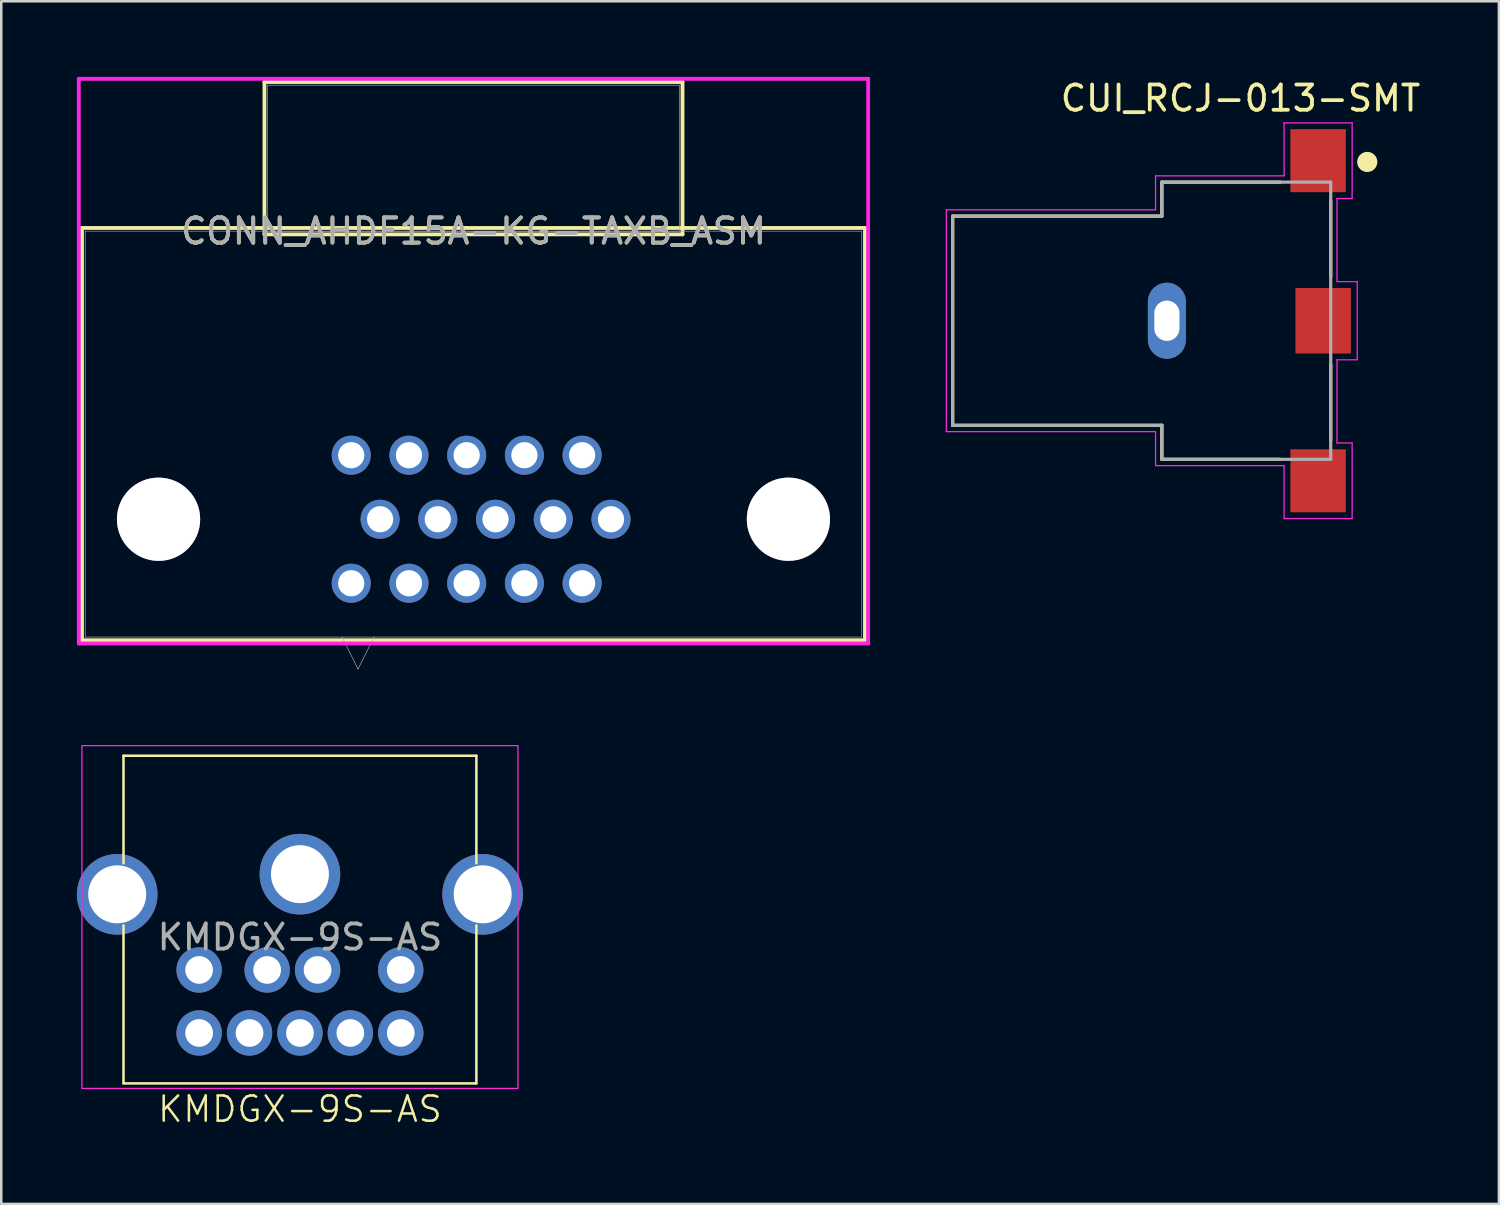
<source format=kicad_pcb>
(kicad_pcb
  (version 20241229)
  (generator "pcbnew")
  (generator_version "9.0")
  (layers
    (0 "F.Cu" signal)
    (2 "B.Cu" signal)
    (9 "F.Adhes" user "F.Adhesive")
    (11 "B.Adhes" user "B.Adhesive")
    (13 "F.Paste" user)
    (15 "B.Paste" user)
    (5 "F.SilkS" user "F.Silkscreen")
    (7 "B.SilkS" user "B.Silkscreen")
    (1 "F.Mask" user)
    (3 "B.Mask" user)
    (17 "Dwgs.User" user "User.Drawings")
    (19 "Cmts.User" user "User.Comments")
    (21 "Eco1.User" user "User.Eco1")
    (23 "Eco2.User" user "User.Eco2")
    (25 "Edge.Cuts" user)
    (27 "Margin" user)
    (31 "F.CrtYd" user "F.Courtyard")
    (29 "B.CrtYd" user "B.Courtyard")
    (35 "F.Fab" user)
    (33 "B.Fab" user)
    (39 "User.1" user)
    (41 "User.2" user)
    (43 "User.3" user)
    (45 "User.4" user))
  (footprint "KMDGX-9S-AS"
    (layer "F.Cu")
    (at 8.85 31.633)
    (property "Reference" "KMDGX-9S-AS" (at 0 9.322 0) (unlocked yes) (layer "F.SilkS") (effects (font (size 1 1) (thickness 0.1))))
    (attr through_hole)
    (fp_line (start -7 -4.7) (end -7 -0.432) (stroke (width 0.1) (type solid)) (layer "F.SilkS"))
    (fp_line (start -7 -4.7) (end 7 -4.7) (stroke (width 0.1) (type solid)) (layer "F.SilkS"))
    (fp_line (start -7 2.032) (end -7 8.3) (stroke (width 0.1) (type solid)) (layer "F.SilkS"))
    (fp_line (start -7 8.3) (end 7 8.3) (stroke (width 0.1) (type solid)) (layer "F.SilkS"))
    (fp_line (start 7 -4.7) (end 7 -0.432) (stroke (width 0.1) (type solid)) (layer "F.SilkS"))
    (fp_line (start 7 2.032) (end 7 8.3) (stroke (width 0.1) (type solid)) (layer "F.SilkS"))
    (fp_rect (start -8.65 -5.1) (end 8.65 8.5) (stroke (width 0.05) (type solid)) (fill no) (layer "F.CrtYd"))
    (fp_text user "${REFERENCE}" (at 0 2.5 0) (unlocked yes) (layer "F.Fab") (effects (font (size 1 1) (thickness 0.15))))
    (pad "0" thru_hole circle (at -7.25 0.8) (size 3.2 3.2) (drill 2.3) (layers "*.Cu" "*.Mask"))
    (pad "0" thru_hole circle (at 0 0) (size 3.2 3.2) (drill 2.3) (layers "*.Cu" "*.Mask"))
    (pad "0" thru_hole circle (at 7.25 0.8) (size 3.2 3.2) (drill 2.3) (layers "*.Cu" "*.Mask"))
    (pad "1" thru_hole circle (at -1.3 3.8) (size 1.8 1.8) (drill 1.1) (layers "*.Cu" "*.Mask"))
    (pad "2" thru_hole circle (at 0.7 3.8) (size 1.8 1.8) (drill 1.1) (layers "*.Cu" "*.Mask"))
    (pad "3" thru_hole circle (at -4 3.8) (size 1.8 1.8) (drill 1.1) (layers "*.Cu" "*.Mask"))
    (pad "4" thru_hole circle (at -2 6.3) (size 1.8 1.8) (drill 1.1) (layers "*.Cu" "*.Mask"))
    (pad "5" thru_hole circle (at 0 6.3) (size 1.8 1.8) (drill 1.1) (layers "*.Cu" "*.Mask"))
    (pad "6" thru_hole circle (at 4 3.8) (size 1.8 1.8) (drill 1.1) (layers "*.Cu" "*.Mask"))
    (pad "7" thru_hole circle (at -4 6.3) (size 1.8 1.8) (drill 1.1) (layers "*.Cu" "*.Mask"))
    (pad "8" thru_hole circle (at 2 6.3) (size 1.8 1.8) (drill 1.1) (layers "*.Cu" "*.Mask"))
    (pad "9" thru_hole circle (at 4 6.3) (size 1.8 1.8) (drill 1.1) (layers "*.Cu" "*.Mask")))
  (footprint "CUI_RCJ-013-SMT"
    (layer "F.Cu")
    (at 42.246 9.675)
    (property "Reference" "CUI_RCJ-013-SMT" (at 3.92 -8.826 0) (layer "F.SilkS") (effects (font (size 1.001 1.001) (thickness 0.15))))
    (attr smd)
    (fp_line (start -7.5 -4.15) (end -7.5 4.15) (stroke (width 0.127) (type solid)) (layer "F.SilkS"))
    (fp_line (start -7.5 4.15) (end 0.8 4.15) (stroke (width 0.127) (type solid)) (layer "F.SilkS"))
    (fp_line (start 0.8 -5.5) (end 0.8 -4.15) (stroke (width 0.127) (type solid)) (layer "F.SilkS"))
    (fp_line (start 0.8 -4.15) (end -7.5 -4.15) (stroke (width 0.127) (type solid)) (layer "F.SilkS"))
    (fp_line (start 0.8 4.15) (end 0.8 5.5) (stroke (width 0.127) (type solid)) (layer "F.SilkS"))
    (fp_line (start 0.8 5.5) (end 5.5 5.5) (stroke (width 0.127) (type solid)) (layer "F.SilkS"))
    (fp_line (start 5.5 -5.5) (end 0.8 -5.5) (stroke (width 0.127) (type solid)) (layer "F.SilkS"))
    (fp_line (start 7.5 -1.75) (end 7.5 -4.75) (stroke (width 0.127) (type solid)) (layer "F.SilkS"))
    (fp_line (start 7.5 4.75) (end 7.5 1.75) (stroke (width 0.127) (type solid)) (layer "F.SilkS"))
    (fp_circle (center 8.95 -6.3) (end 9.15 -6.3) (stroke (width 0.4) (type solid)) (fill no) (layer "F.SilkS"))
    (fp_line (start -7.75 -4.4) (end -7.75 4.4) (stroke (width 0.05) (type solid)) (layer "F.CrtYd"))
    (fp_line (start -7.75 4.4) (end 0.55 4.4) (stroke (width 0.05) (type solid)) (layer "F.CrtYd"))
    (fp_line (start 0.55 -5.75) (end 0.55 -4.4) (stroke (width 0.05) (type solid)) (layer "F.CrtYd"))
    (fp_line (start 0.55 -4.4) (end -7.75 -4.4) (stroke (width 0.05) (type solid)) (layer "F.CrtYd"))
    (fp_line (start 0.55 4.4) (end 0.55 5.75) (stroke (width 0.05) (type solid)) (layer "F.CrtYd"))
    (fp_line (start 0.55 5.75) (end 5.65 5.75) (stroke (width 0.05) (type solid)) (layer "F.CrtYd"))
    (fp_line (start 5.65 -7.85) (end 8.35 -7.85) (stroke (width 0.05) (type solid)) (layer "F.CrtYd"))
    (fp_line (start 5.65 -5.75) (end 0.55 -5.75) (stroke (width 0.05) (type solid)) (layer "F.CrtYd"))
    (fp_line (start 5.65 -5.75) (end 5.65 -7.85) (stroke (width 0.05) (type solid)) (layer "F.CrtYd"))
    (fp_line (start 5.65 7.85) (end 5.65 5.75) (stroke (width 0.05) (type solid)) (layer "F.CrtYd"))
    (fp_line (start 7.75 -1.55) (end 7.75 -4.85) (stroke (width 0.05) (type solid)) (layer "F.CrtYd"))
    (fp_line (start 7.75 -1.55) (end 8.55 -1.55) (stroke (width 0.05) (type solid)) (layer "F.CrtYd"))
    (fp_line (start 7.75 4.85) (end 7.75 1.55) (stroke (width 0.05) (type solid)) (layer "F.CrtYd"))
    (fp_line (start 7.75 4.85) (end 8.35 4.85) (stroke (width 0.05) (type solid)) (layer "F.CrtYd"))
    (fp_line (start 8.35 -7.85) (end 8.35 -4.85) (stroke (width 0.05) (type solid)) (layer "F.CrtYd"))
    (fp_line (start 8.35 -4.85) (end 7.75 -4.85) (stroke (width 0.05) (type solid)) (layer "F.CrtYd"))
    (fp_line (start 8.35 4.85) (end 8.35 7.85) (stroke (width 0.05) (type solid)) (layer "F.CrtYd"))
    (fp_line (start 8.35 7.85) (end 5.65 7.85) (stroke (width 0.05) (type solid)) (layer "F.CrtYd"))
    (fp_line (start 8.55 -1.55) (end 8.55 1.55) (stroke (width 0.05) (type solid)) (layer "F.CrtYd"))
    (fp_line (start 8.55 1.55) (end 7.75 1.55) (stroke (width 0.05) (type solid)) (layer "F.CrtYd"))
    (fp_line (start -7.5 -4.15) (end -7.5 4.15) (stroke (width 0.127) (type solid)) (layer "F.Fab"))
    (fp_line (start -7.5 4.15) (end 0.8 4.15) (stroke (width 0.127) (type solid)) (layer "F.Fab"))
    (fp_line (start 0.8 -5.5) (end 0.8 -4.15) (stroke (width 0.127) (type solid)) (layer "F.Fab"))
    (fp_line (start 0.8 -4.15) (end -7.5 -4.15) (stroke (width 0.127) (type solid)) (layer "F.Fab"))
    (fp_line (start 0.8 4.15) (end 0.8 5.5) (stroke (width 0.127) (type solid)) (layer "F.Fab"))
    (fp_line (start 0.8 5.5) (end 7.5 5.5) (stroke (width 0.127) (type solid)) (layer "F.Fab"))
    (fp_line (start 7.5 -5.5) (end 0.8 -5.5) (stroke (width 0.127) (type solid)) (layer "F.Fab"))
    (fp_line (start 7.5 5.5) (end 7.5 -5.5) (stroke (width 0.127) (type solid)) (layer "F.Fab"))
    (pad "1" smd rect (at 7.2 0) (size 2.2 2.6) (layers "F.Cu" "F.Mask" "F.Paste"))
    (pad "2" thru_hole oval (at 1 0) (size 1.508 3.016) (drill oval 1 1.6) (layers "*.Cu" "*.Mask"))
    (pad "2" smd rect (at 7 -6.35) (size 2.2 2.5) (layers "F.Cu" "F.Mask" "F.Paste"))
    (pad "2" smd rect (at 7 6.35) (size 2.2 2.5) (layers "F.Cu" "F.Mask" "F.Paste")))
  (footprint "CONN_AHDF15A-KG-TAXB_ASM"
    (layer "F.Cu")
    (at 15.735 6.121)
    (property "Reference" "CONN_AHDF15A-KG-TAXB_ASM" (at 0 0 0) (unlocked yes) (layer "F.SilkS") (effects (font (size 1 1) (thickness 0.15))))
    (attr through_hole)
    (fp_line (start -15.532 -0.127) (end -15.532 16.231) (stroke (width 0.152) (type solid)) (layer "F.SilkS"))
    (fp_line (start -15.532 16.231) (end 15.532 16.231) (stroke (width 0.152) (type solid)) (layer "F.SilkS"))
    (fp_line (start -8.293 -5.918) (end -8.293 0.127) (stroke (width 0.152) (type solid)) (layer "F.SilkS"))
    (fp_line (start -8.293 0.127) (end 8.293 0.127) (stroke (width 0.152) (type solid)) (layer "F.SilkS"))
    (fp_line (start 8.293 -5.918) (end -8.293 -5.918) (stroke (width 0.152) (type solid)) (layer "F.SilkS"))
    (fp_line (start 8.293 0.127) (end 8.293 -5.918) (stroke (width 0.152) (type solid)) (layer "F.SilkS"))
    (fp_line (start 15.532 -0.127) (end -15.532 -0.127) (stroke (width 0.152) (type solid)) (layer "F.SilkS"))
    (fp_line (start 15.532 16.231) (end 15.532 -0.127) (stroke (width 0.152) (type solid)) (layer "F.SilkS"))
    (fp_line (start -15.659 -6.045) (end -15.659 16.358) (stroke (width 0.152) (type solid)) (layer "F.CrtYd"))
    (fp_line (start -15.659 16.358) (end 15.659 16.358) (stroke (width 0.152) (type solid)) (layer "F.CrtYd"))
    (fp_line (start 15.659 -6.045) (end -15.659 -6.045) (stroke (width 0.152) (type solid)) (layer "F.CrtYd"))
    (fp_line (start 15.659 16.358) (end 15.659 -6.045) (stroke (width 0.152) (type solid)) (layer "F.CrtYd"))
    (fp_line (start -15.405 0) (end -15.405 16.104) (stroke (width 0.025) (type solid)) (layer "F.Fab"))
    (fp_line (start -15.405 16.104) (end 15.405 16.104) (stroke (width 0.025) (type solid)) (layer "F.Fab"))
    (fp_line (start -8.166 -5.791) (end -8.166 0) (stroke (width 0.025) (type solid)) (layer "F.Fab"))
    (fp_line (start -8.166 0) (end 8.166 0) (stroke (width 0.025) (type solid)) (layer "F.Fab"))
    (fp_line (start -5.215 16.104) (end -4.58 17.374) (stroke (width 0.025) (type solid)) (layer "F.Fab"))
    (fp_line (start -3.945 16.104) (end -4.58 17.374) (stroke (width 0.025) (type solid)) (layer "F.Fab"))
    (fp_line (start 8.166 -5.791) (end -8.166 -5.791) (stroke (width 0.025) (type solid)) (layer "F.Fab"))
    (fp_line (start 8.166 0) (end 8.166 -5.791) (stroke (width 0.025) (type solid)) (layer "F.Fab"))
    (fp_line (start 15.405 0) (end -15.405 0) (stroke (width 0.025) (type solid)) (layer "F.Fab"))
    (fp_line (start 15.405 16.104) (end 15.405 0) (stroke (width 0.025) (type solid)) (layer "F.Fab"))
    (fp_text user "${REFERENCE}" (at 0 0 0) (unlocked yes) (layer "F.Fab") (effects (font (size 1 1) (thickness 0.15))))
    (pad "1" thru_hole circle (at -4.85 13.97) (size 1.549 1.549) (drill 1.041) (layers "*.Cu" "*.Mask"))
    (pad "2" thru_hole circle (at -2.56 13.97) (size 1.549 1.549) (drill 1.041) (layers "*.Cu" "*.Mask"))
    (pad "3" thru_hole circle (at -0.27 13.97) (size 1.549 1.549) (drill 1.041) (layers "*.Cu" "*.Mask"))
    (pad "4" thru_hole circle (at 2.02 13.97) (size 1.549 1.549) (drill 1.041) (layers "*.Cu" "*.Mask"))
    (pad "5" thru_hole circle (at 4.31 13.97) (size 1.549 1.549) (drill 1.041) (layers "*.Cu" "*.Mask"))
    (pad "6" thru_hole circle (at -3.705 11.43) (size 1.549 1.549) (drill 1.041) (layers "*.Cu" "*.Mask"))
    (pad "7" thru_hole circle (at -1.415 11.43) (size 1.549 1.549) (drill 1.041) (layers "*.Cu" "*.Mask"))
    (pad "8" thru_hole circle (at 0.875 11.43) (size 1.549 1.549) (drill 1.041) (layers "*.Cu" "*.Mask"))
    (pad "9" thru_hole circle (at 3.165 11.43) (size 1.549 1.549) (drill 1.041) (layers "*.Cu" "*.Mask"))
    (pad "10" thru_hole circle (at 5.455 11.43) (size 1.549 1.549) (drill 1.041) (layers "*.Cu" "*.Mask"))
    (pad "11" thru_hole circle (at -4.85 8.89) (size 1.549 1.549) (drill 1.041) (layers "*.Cu" "*.Mask"))
    (pad "12" thru_hole circle (at -2.56 8.89) (size 1.549 1.549) (drill 1.041) (layers "*.Cu" "*.Mask"))
    (pad "13" thru_hole circle (at -0.27 8.89) (size 1.549 1.549) (drill 1.041) (layers "*.Cu" "*.Mask"))
    (pad "14" thru_hole circle (at 2.02 8.89) (size 1.549 1.549) (drill 1.041) (layers "*.Cu" "*.Mask"))
    (pad "15" thru_hole circle (at 4.31 8.89) (size 1.549 1.549) (drill 1.041) (layers "*.Cu" "*.Mask"))
    (pad "None" thru_hole circle (at -12.495 11.43) (size 3.302 3.302) (drill 3.302) (layers "*.Cu" "*.Mask"))
    (pad "None" thru_hole circle (at 12.495 11.43) (size 3.302 3.302) (drill 3.302) (layers "*.Cu" "*.Mask")))
  (gr_rect
    (start -3 -3)
    (end 56.419 44.715)
    (stroke (width 0.1) (type default))
    (fill no)
    (layer "Edge.Cuts")))
</source>
